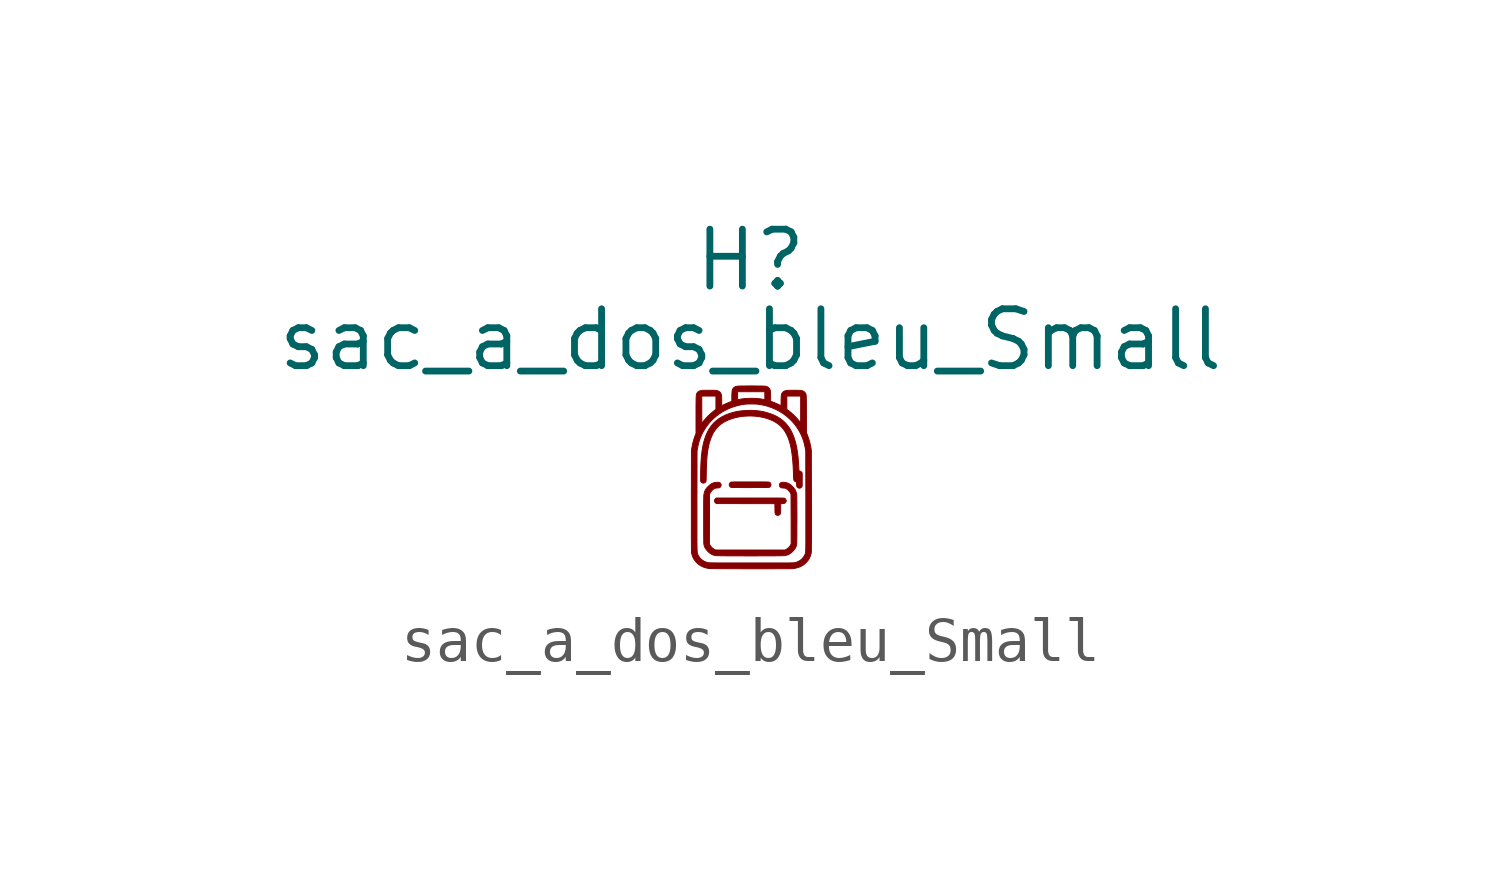
<source format=kicad_sym>
(kicad_symbol_lib
  (version 20241209)
  (generator "kicad_symbol_editor")
  (generator_version "9.0")
  (symbol "sac_a_dos_bleu_Small"
    (property "Reference" "H"
      (at 0 5.08 0)
      (effects (font (size 1.27 1.27))))
    (property "Value" "sac_a_dos_bleu_Small"
      (at 0 3.302 0)
      (effects (font (size 1.27 1.27))))
    (symbol "sac_a_dos_bleu_Small_0_0"
      (polyline (pts (xy 0 0) (xy 0.018 0) (xy 0.084 0.0001) (xy 0.142 0.0002) (xy 0.193 0.0003) (xy 0.237 0.001) (xy 0.276 0.001) (xy 0.308 0.001) (xy 0.335 0.001) (xy 0.357 0.002) (xy 0.375 0.002) (xy 0.39 0.002) (xy 0.401 0.003) (xy 0.409 0.004) (xy 0.415 0.005) (xy 0.42 0.006) (xy 0.423 0.007) (xy 0.425 0.008) (xy 0.427 0.009) (xy 0.439 0.02) (xy 0.452 0.039) (xy 0.457 0.059) (xy 0.455 0.08) (xy 0.445 0.1) (xy 0.427 0.117) (xy 0.426 0.118) (xy 0.424 0.119) (xy 0.421 0.12) (xy 0.418 0.121) (xy 0.413 0.122) (xy 0.406 0.123) (xy 0.397 0.123) (xy 0.384 0.124) (xy 0.368 0.124) (xy 0.349 0.125) (xy 0.325 0.125) (xy 0.296 0.125) (xy 0.261 0.125) (xy 0.221 0.126) (xy 0.174 0.126) (xy 0.121 0.126) (xy 0.06 0.126) (xy -0.009 0.126) (xy -0.042 0.126) (xy -0.107 0.126) (xy -0.165 0.126) (xy -0.215 0.126) (xy -0.259 0.126) (xy -0.296 0.125) (xy -0.328 0.125) (xy -0.355 0.125) (xy -0.377 0.125) (xy -0.395 0.124) (xy -0.409 0.124) (xy -0.419 0.123) (xy -0.428 0.122) (xy -0.434 0.122) (xy -0.438 0.121) (xy -0.441 0.12) (xy -0.443 0.118) (xy -0.445 0.117) (xy -0.45 0.113) (xy -0.466 0.095) (xy -0.474 0.075) (xy -0.475 0.054) (xy -0.468 0.034) (xy -0.454 0.016) (xy -0.442 0.008) (xy -0.429 0.003) (xy -0.427 0.002) (xy -0.416 0.002) (xy -0.399 0.002) (xy -0.374 0.001) (xy -0.343 0.001) (xy -0.306 0.001) (xy -0.265 0.0003) (xy -0.218 0.0001) (xy -0.168 0) (xy -0.115 -0.0001) (xy -0.058 -0.0001) (xy 0 0)) (stroke (width 0.01) (type default)) (fill (type outline)))
      (polyline (pts (xy 0.113 -1.527) (xy 0.182 -1.526) (xy 0.251 -1.526) (xy 0.317 -1.526) (xy 0.38 -1.526) (xy 0.441 -1.526) (xy 0.498 -1.525) (xy 0.551 -1.525) (xy 0.599 -1.524) (xy 0.642 -1.524) (xy 0.679 -1.523) (xy 0.711 -1.523) (xy 0.735 -1.522) (xy 0.753 -1.521) (xy 0.762 -1.52) (xy 0.77 -1.519) (xy 0.81 -1.51) (xy 0.845 -1.498) (xy 0.877 -1.48) (xy 0.909 -1.457) (xy 0.941 -1.427) (xy 0.949 -1.419) (xy 0.977 -1.387) (xy 0.999 -1.356) (xy 1.015 -1.325) (xy 1.026 -1.293) (xy 1.033 -1.257) (xy 1.033 -1.256) (xy 1.033 -1.245) (xy 1.034 -1.226) (xy 1.034 -1.201) (xy 1.035 -1.168) (xy 1.035 -1.129) (xy 1.036 -1.084) (xy 1.036 -1.033) (xy 1.036 -0.977) (xy 1.036 -0.916) (xy 1.036 -0.851) (xy 1.037 -0.783) (xy 1.037 -0.711) (xy 1.037 -0.667) (xy 1.037 -0.593) (xy 1.037 -0.526) (xy 1.036 -0.466) (xy 1.036 -0.414) (xy 1.036 -0.367) (xy 1.036 -0.327) (xy 1.036 -0.292) (xy 1.035 -0.262) (xy 1.035 -0.236) (xy 1.034 -0.215) (xy 1.034 -0.198) (xy 1.033 -0.183) (xy 1.032 -0.172) (xy 1.032 -0.163) (xy 1.031 -0.155) (xy 1.029 -0.147) (xy 1.021 -0.108) (xy 1.008 -0.073) (xy 0.991 -0.04) (xy 0.967 -0.009) (xy 0.937 0.024) (xy 0.923 0.038) (xy 0.892 0.064) (xy 0.862 0.085) (xy 0.831 0.099) (xy 0.799 0.11) (xy 0.763 0.116) (xy 0.738 0.118) (xy 0.709 0.118) (xy 0.686 0.113) (xy 0.67 0.104) (xy 0.663 0.097) (xy 0.65 0.079) (xy 0.645 0.058) (xy 0.648 0.038) (xy 0.658 0.018) (xy 0.675 0.001) (xy 0.676 0.001) (xy 0.683 -0.003) (xy 0.694 -0.006) (xy 0.709 -0.008) (xy 0.731 -0.01) (xy 0.746 -0.011) (xy 0.763 -0.012) (xy 0.776 -0.015) (xy 0.787 -0.019) (xy 0.799 -0.025) (xy 0.81 -0.031) (xy 0.834 -0.05) (xy 0.857 -0.073) (xy 0.877 -0.097) (xy 0.892 -0.121) (xy 0.905 -0.149) (xy 0.907 -0.703) (xy 0.908 -1.258) (xy 0.895 -1.284) (xy 0.889 -1.294) (xy 0.871 -1.32) (xy 0.848 -1.344) (xy 0.822 -1.365) (xy 0.796 -1.381) (xy 0.768 -1.395) (xy -0.005 -1.395) (xy -0.778 -1.395) (xy -0.806 -1.381) (xy -0.817 -1.375) (xy -0.843 -1.357) (xy -0.868 -1.334) (xy -0.889 -1.309) (xy -0.905 -1.284) (xy -0.918 -1.258) (xy -0.916 -0.703) (xy -0.915 -0.149) (xy -0.901 -0.121) (xy -0.895 -0.109) (xy -0.877 -0.085) (xy -0.856 -0.061) (xy -0.832 -0.04) (xy -0.809 -0.025) (xy -0.801 -0.021) (xy -0.79 -0.016) (xy -0.778 -0.013) (xy -0.762 -0.011) (xy -0.741 -0.01) (xy -0.738 -0.009) (xy -0.717 -0.008) (xy -0.702 -0.006) (xy -0.692 -0.003) (xy -0.685 0.001) (xy -0.677 0.008) (xy -0.663 0.026) (xy -0.656 0.046) (xy -0.656 0.067) (xy -0.664 0.086) (xy -0.68 0.104) (xy -0.691 0.111) (xy -0.711 0.117) (xy -0.739 0.118) (xy -0.772 0.116) (xy -0.789 0.114) (xy -0.823 0.106) (xy -0.855 0.093) (xy -0.885 0.076) (xy -0.915 0.053) (xy -0.947 0.024) (xy -0.953 0.018) (xy -0.982 -0.015) (xy -1.004 -0.046) (xy -1.021 -0.079) (xy -1.032 -0.115) (xy -1.04 -0.155) (xy -1.041 -0.159) (xy -1.042 -0.167) (xy -1.043 -0.178) (xy -1.043 -0.191) (xy -1.044 -0.207) (xy -1.044 -0.226) (xy -1.045 -0.25) (xy -1.045 -0.278) (xy -1.046 -0.31) (xy -1.046 -0.348) (xy -1.046 -0.392) (xy -1.046 -0.441) (xy -1.046 -0.498) (xy -1.046 -0.561) (xy -1.046 -0.632) (xy -1.046 -0.711) (xy -1.046 -0.73) (xy -1.046 -0.801) (xy -1.046 -0.869) (xy -1.046 -0.933) (xy -1.046 -0.992) (xy -1.046 -1.047) (xy -1.045 -1.096) (xy -1.045 -1.14) (xy -1.044 -1.177) (xy -1.044 -1.208) (xy -1.044 -1.232) (xy -1.043 -1.248) (xy -1.042 -1.257) (xy -1.041 -1.265) (xy -1.034 -1.3) (xy -1.022 -1.332) (xy -1.004 -1.363) (xy -0.981 -1.394) (xy -0.951 -1.427) (xy -0.919 -1.457) (xy -0.886 -1.481) (xy -0.853 -1.499) (xy -0.816 -1.512) (xy -0.776 -1.52) (xy -0.773 -1.52) (xy -0.76 -1.521) (xy -0.74 -1.522) (xy -0.713 -1.523) (xy -0.679 -1.523) (xy -0.639 -1.524) (xy -0.594 -1.524) (xy -0.543 -1.525) (xy -0.489 -1.525) (xy -0.43 -1.526) (xy -0.369 -1.526) (xy -0.304 -1.526) (xy -0.237 -1.526) (xy -0.168 -1.526) (xy -0.099 -1.527) (xy -0.028 -1.527) (xy 0.043 -1.527) (xy 0.113 -1.527)) (stroke (width 0.01) (type default)) (fill (type outline)))
      (polyline (pts (xy 0.312 -1.814) (xy 0.386 -1.814) (xy 0.457 -1.814) (xy 0.525 -1.814) (xy 0.59 -1.813) (xy 0.652 -1.813) (xy 0.709 -1.813) (xy 0.762 -1.813) (xy 0.81 -1.812) (xy 0.852 -1.812) (xy 0.888 -1.812) (xy 0.918 -1.811) (xy 0.941 -1.811) (xy 0.956 -1.81) (xy 0.964 -1.81) (xy 0.969 -1.808) (xy 1.022 -1.797) (xy 1.068 -1.784) (xy 1.11 -1.768) (xy 1.148 -1.749) (xy 1.185 -1.726) (xy 1.206 -1.71) (xy 1.234 -1.685) (xy 1.261 -1.656) (xy 1.286 -1.626) (xy 1.305 -1.598) (xy 1.31 -1.589) (xy 1.325 -1.558) (xy 1.339 -1.522) (xy 1.351 -1.486) (xy 1.357 -1.454) (xy 1.358 -1.45) (xy 1.358 -1.44) (xy 1.359 -1.422) (xy 1.359 -1.399) (xy 1.359 -1.368) (xy 1.36 -1.33) (xy 1.36 -1.286) (xy 1.36 -1.234) (xy 1.361 -1.175) (xy 1.361 -1.108) (xy 1.361 -1.034) (xy 1.361 -0.953) (xy 1.361 -0.864) (xy 1.361 -0.767) (xy 1.361 -0.662) (xy 1.361 -0.549) (xy 1.361 -0.428) (xy 1.361 -0.299) (xy 1.359 0.826) (xy 1.35 0.884) (xy 1.348 0.899) (xy 1.327 0.998) (xy 1.3 1.092) (xy 1.268 1.181) (xy 1.249 1.226) (xy 1.249 1.605) (xy 1.249 1.663) (xy 1.249 1.729) (xy 1.249 1.788) (xy 1.248 1.839) (xy 1.248 1.885) (xy 1.248 1.924) (xy 1.247 1.958) (xy 1.247 1.986) (xy 1.246 2.011) (xy 1.245 2.031) (xy 1.244 2.048) (xy 1.242 2.061) (xy 1.24 2.072) (xy 1.239 2.082) (xy 1.236 2.089) (xy 1.234 2.095) (xy 1.231 2.101) (xy 1.229 2.105) (xy 1.211 2.13) (xy 1.188 2.149) (xy 1.159 2.162) (xy 1.123 2.169) (xy 1.111 2.17) (xy 1.091 2.171) (xy 1.065 2.172) (xy 1.035 2.173) (xy 1.002 2.173) (xy 0.968 2.173) (xy 0.933 2.173) (xy 0.9 2.173) (xy 0.87 2.172) (xy 0.843 2.171) (xy 0.822 2.171) (xy 0.808 2.169) (xy 0.802 2.168) (xy 0.768 2.16) (xy 0.74 2.146) (xy 0.718 2.127) (xy 0.7 2.101) (xy 0.699 2.097) (xy 0.694 2.085) (xy 0.691 2.068) (xy 0.688 2.048) (xy 0.688 2.044) (xy 0.812 2.044) (xy 0.966 2.044) (xy 1.12 2.044) (xy 1.12 1.746) (xy 1.12 1.706) (xy 1.12 1.659) (xy 1.12 1.615) (xy 1.12 1.575) (xy 1.12 1.539) (xy 1.119 1.508) (xy 1.119 1.483) (xy 1.119 1.464) (xy 1.119 1.453) (xy 1.119 1.448) (xy 1.117 1.45) (xy 1.112 1.456) (xy 1.103 1.467) (xy 1.092 1.481) (xy 1.089 1.485) (xy 1.037 1.547) (xy 0.979 1.607) (xy 0.917 1.664) (xy 0.855 1.715) (xy 0.812 1.746) (xy 0.812 1.895) (xy 0.812 2.044) (xy 0.688 2.044) (xy 0.686 2.022) (xy 0.684 1.99) (xy 0.683 1.952) (xy 0.683 1.906) (xy 0.683 1.828) (xy 0.621 1.858) (xy 0.616 1.861) (xy 0.588 1.873) (xy 0.559 1.886) (xy 0.53 1.898) (xy 0.506 1.907) (xy 0.451 1.927) (xy 0.449 2.036) (xy 0.449 2.04) (xy 0.448 2.076) (xy 0.447 2.106) (xy 0.446 2.129) (xy 0.444 2.147) (xy 0.443 2.161) (xy 0.441 2.172) (xy 0.438 2.181) (xy 0.435 2.19) (xy 0.431 2.198) (xy 0.43 2.2) (xy 0.412 2.225) (xy 0.389 2.244) (xy 0.359 2.257) (xy 0.324 2.265) (xy 0.315 2.266) (xy 0.297 2.267) (xy 0.274 2.267) (xy 0.244 2.268) (xy 0.21 2.268) (xy 0.172 2.268) (xy 0.13 2.269) (xy 0.086 2.269) (xy 0.041 2.269) (xy -0.005 2.269) (xy -0.05 2.269) (xy -0.094 2.269) (xy -0.136 2.268) (xy -0.174 2.268) (xy -0.209 2.268) (xy -0.239 2.267) (xy -0.264 2.267) (xy -0.281 2.266) (xy -0.292 2.265) (xy -0.297 2.264) (xy -0.332 2.256) (xy -0.36 2.242) (xy -0.383 2.222) (xy -0.4 2.197) (xy -0.401 2.193) (xy -0.406 2.181) (xy -0.409 2.164) (xy -0.412 2.144) (xy -0.414 2.118) (xy -0.416 2.087) (xy -0.417 2.048) (xy -0.417 2.024) (xy -0.288 2.024) (xy -0.288 2.051) (xy -0.288 2.14) (xy 0.016 2.14) (xy 0.32 2.14) (xy 0.32 2.051) (xy 0.32 1.962) (xy 0.284 1.97) (xy 0.282 1.97) (xy 0.247 1.977) (xy 0.214 1.982) (xy 0.181 1.986) (xy 0.147 1.989) (xy 0.11 1.991) (xy 0.068 1.992) (xy 0.02 1.992) (xy 0.013 1.992) (xy -0.034 1.992) (xy -0.075 1.99) (xy -0.111 1.988) (xy -0.144 1.986) (xy -0.177 1.981) (xy -0.21 1.976) (xy -0.246 1.969) (xy -0.256 1.967) (xy -0.271 1.964) (xy -0.282 1.962) (xy -0.287 1.961) (xy -0.287 1.962) (xy -0.287 1.968) (xy -0.288 1.982) (xy -0.288 2.001) (xy -0.288 2.024) (xy -0.417 2.024) (xy -0.417 2.002) (xy -0.417 1.925) (xy -0.45 1.913) (xy -0.469 1.906) (xy -0.513 1.889) (xy -0.558 1.869) (xy -0.602 1.848) (xy -0.642 1.828) (xy -0.643 1.906) (xy -0.643 1.923) (xy -0.643 1.966) (xy -0.644 2.002) (xy -0.646 2.031) (xy -0.648 2.055) (xy -0.652 2.074) (xy -0.655 2.089) (xy -0.66 2.101) (xy -0.663 2.105) (xy -0.68 2.13) (xy -0.704 2.149) (xy -0.733 2.162) (xy -0.768 2.169) (xy -0.77 2.17) (xy -0.784 2.171) (xy -0.806 2.172) (xy -0.833 2.172) (xy -0.864 2.173) (xy -0.898 2.173) (xy -0.932 2.173) (xy -0.967 2.173) (xy -1.001 2.173) (xy -1.031 2.172) (xy -1.057 2.171) (xy -1.078 2.171) (xy -1.092 2.169) (xy -1.097 2.168) (xy -1.132 2.16) (xy -1.16 2.146) (xy -1.183 2.127) (xy -1.2 2.101) (xy -1.202 2.095) (xy -1.205 2.089) (xy -1.207 2.082) (xy -1.209 2.073) (xy -1.21 2.062) (xy -1.212 2.048) (xy -1.213 2.032) (xy -1.214 2.012) (xy -1.215 1.988) (xy -1.215 1.96) (xy -1.216 1.926) (xy -1.216 1.888) (xy -1.217 1.843) (xy -1.217 1.792) (xy -1.217 1.734) (xy -1.217 1.69) (xy -1.088 1.69) (xy -1.088 1.739) (xy -1.088 2.044) (xy -0.93 2.044) (xy -0.772 2.044) (xy -0.772 1.895) (xy -0.772 1.746) (xy -0.815 1.715) (xy -0.876 1.665) (xy -0.94 1.606) (xy -1 1.543) (xy -1.054 1.478) (xy -1.063 1.466) (xy -1.073 1.453) (xy -1.081 1.443) (xy -1.085 1.438) (xy -1.085 1.441) (xy -1.086 1.452) (xy -1.086 1.47) (xy -1.087 1.494) (xy -1.087 1.524) (xy -1.088 1.56) (xy -1.088 1.599) (xy -1.088 1.643) (xy -1.088 1.69) (xy -1.217 1.69) (xy -1.217 1.669) (xy -1.217 1.595) (xy -1.217 1.207) (xy -1.234 1.166) (xy -1.24 1.151) (xy -1.268 1.067) (xy -1.292 0.978) (xy -1.31 0.884) (xy -1.319 0.826) (xy -1.321 -0.299) (xy -1.321 -0.382) (xy -1.321 -0.506) (xy -1.321 -0.621) (xy -1.321 -0.729) (xy -1.321 -0.829) (xy -1.321 -0.921) (xy -1.321 -0.955) (xy -1.196 -0.955) (xy -1.196 -0.883) (xy -1.196 -0.804) (xy -1.196 -0.719) (xy -1.196 -0.626) (xy -1.196 -0.526) (xy -1.196 -0.418) (xy -1.196 -0.302) (xy -1.194 0.813) (xy -1.185 0.867) (xy -1.173 0.931) (xy -1.151 1.018) (xy -1.124 1.1) (xy -1.091 1.179) (xy -1.051 1.256) (xy -1.004 1.332) (xy -0.996 1.345) (xy -0.961 1.393) (xy -0.925 1.438) (xy -0.886 1.482) (xy -0.841 1.526) (xy -0.84 1.528) (xy -0.766 1.593) (xy -0.687 1.652) (xy -0.603 1.705) (xy -0.515 1.75) (xy -0.422 1.789) (xy -0.326 1.82) (xy -0.226 1.845) (xy -0.124 1.862) (xy -0.114 1.863) (xy -0.09 1.864) (xy -0.06 1.866) (xy -0.025 1.866) (xy 0.011 1.867) (xy 0.048 1.867) (xy 0.083 1.866) (xy 0.115 1.865) (xy 0.143 1.864) (xy 0.164 1.862) (xy 0.166 1.861) (xy 0.269 1.844) (xy 0.368 1.82) (xy 0.464 1.788) (xy 0.556 1.749) (xy 0.645 1.704) (xy 0.729 1.651) (xy 0.807 1.592) (xy 0.881 1.526) (xy 0.895 1.513) (xy 0.937 1.47) (xy 0.975 1.426) (xy 1.01 1.381) (xy 1.045 1.331) (xy 1.078 1.279) (xy 1.12 1.203) (xy 1.155 1.125) (xy 1.184 1.044) (xy 1.207 0.958) (xy 1.226 0.867) (xy 1.234 0.813) (xy 1.236 -0.302) (xy 1.236 -0.401) (xy 1.236 -0.51) (xy 1.236 -0.611) (xy 1.236 -0.705) (xy 1.236 -0.791) (xy 1.236 -0.871) (xy 1.236 -0.944) (xy 1.236 -1.011) (xy 1.236 -1.072) (xy 1.236 -1.127) (xy 1.236 -1.177) (xy 1.236 -1.222) (xy 1.235 -1.262) (xy 1.235 -1.297) (xy 1.235 -1.329) (xy 1.234 -1.356) (xy 1.233 -1.38) (xy 1.233 -1.401) (xy 1.232 -1.418) (xy 1.231 -1.433) (xy 1.23 -1.446) (xy 1.228 -1.456) (xy 1.227 -1.465) (xy 1.225 -1.472) (xy 1.224 -1.479) (xy 1.222 -1.484) (xy 1.22 -1.488) (xy 1.218 -1.493) (xy 1.216 -1.497) (xy 1.213 -1.502) (xy 1.21 -1.508) (xy 1.207 -1.515) (xy 1.181 -1.557) (xy 1.149 -1.593) (xy 1.111 -1.625) (xy 1.068 -1.65) (xy 1.021 -1.669) (xy 0.97 -1.68) (xy 0.965 -1.681) (xy 0.95 -1.681) (xy 0.928 -1.682) (xy 0.897 -1.682) (xy 0.858 -1.683) (xy 0.81 -1.683) (xy 0.755 -1.683) (xy 0.691 -1.684) (xy 0.619 -1.684) (xy 0.539 -1.684) (xy 0.45 -1.684) (xy 0.354 -1.684) (xy 0.249 -1.684) (xy 0.137 -1.684) (xy 0.016 -1.684) (xy -0.008 -1.684) (xy -0.114 -1.684) (xy -0.211 -1.684) (xy -0.301 -1.684) (xy -0.383 -1.684) (xy -0.459 -1.684) (xy -0.527 -1.684) (xy -0.589 -1.684) (xy -0.645 -1.683) (xy -0.695 -1.683) (xy -0.739 -1.683) (xy -0.778 -1.683) (xy -0.812 -1.682) (xy -0.842 -1.682) (xy -0.867 -1.682) (xy -0.887 -1.681) (xy -0.904 -1.681) (xy -0.918 -1.68) (xy -0.928 -1.68) (xy -0.936 -1.679) (xy -0.94 -1.679) (xy -0.988 -1.666) (xy -1.034 -1.647) (xy -1.077 -1.62) (xy -1.114 -1.588) (xy -1.145 -1.55) (xy -1.17 -1.508) (xy -1.172 -1.503) (xy -1.175 -1.498) (xy -1.177 -1.494) (xy -1.179 -1.489) (xy -1.181 -1.485) (xy -1.183 -1.48) (xy -1.185 -1.474) (xy -1.187 -1.466) (xy -1.188 -1.458) (xy -1.189 -1.448) (xy -1.19 -1.435) (xy -1.191 -1.421) (xy -1.192 -1.404) (xy -1.193 -1.383) (xy -1.194 -1.36) (xy -1.194 -1.333) (xy -1.195 -1.302) (xy -1.195 -1.268) (xy -1.196 -1.228) (xy -1.196 -1.184) (xy -1.196 -1.135) (xy -1.196 -1.081) (xy -1.196 -1.021) (xy -1.196 -0.955) (xy -1.321 -0.955) (xy -1.321 -1.005) (xy -1.321 -1.081) (xy -1.321 -1.151) (xy -1.32 -1.212) (xy -1.32 -1.267) (xy -1.32 -1.314) (xy -1.319 -1.354) (xy -1.319 -1.387) (xy -1.319 -1.414) (xy -1.318 -1.434) (xy -1.318 -1.447) (xy -1.317 -1.454) (xy -1.316 -1.463) (xy -1.307 -1.497) (xy -1.295 -1.533) (xy -1.281 -1.568) (xy -1.265 -1.598) (xy -1.25 -1.62) (xy -1.227 -1.649) (xy -1.2 -1.679) (xy -1.172 -1.705) (xy -1.145 -1.726) (xy -1.108 -1.749) (xy -1.053 -1.776) (xy -0.994 -1.795) (xy -0.931 -1.807) (xy -0.927 -1.808) (xy -0.914 -1.808) (xy -0.893 -1.809) (xy -0.865 -1.809) (xy -0.831 -1.81) (xy -0.79 -1.81) (xy -0.744 -1.811) (xy -0.692 -1.811) (xy -0.636 -1.812) (xy -0.576 -1.812) (xy -0.512 -1.812) (xy -0.444 -1.813) (xy -0.374 -1.813) (xy -0.301 -1.813) (xy -0.226 -1.813) (xy -0.15 -1.814) (xy -0.072 -1.814) (xy 0.005 -1.814) (xy 0.083 -1.814) (xy 0.16 -1.814) (xy 0.237 -1.814) (xy 0.312 -1.814)) (stroke (width 0.01) (type default)) (fill (type outline)))
      (polyline (pts (xy 0.627 -0.619) (xy 0.647 -0.609) (xy 0.663 -0.592) (xy 0.664 -0.59) (xy 0.667 -0.586) (xy 0.669 -0.581) (xy 0.67 -0.574) (xy 0.671 -0.564) (xy 0.672 -0.549) (xy 0.673 -0.529) (xy 0.673 -0.504) (xy 0.673 -0.47) (xy 0.675 -0.361) (xy 0.713 -0.359) (xy 0.735 -0.357) (xy 0.755 -0.353) (xy 0.77 -0.347) (xy 0.781 -0.336) (xy 0.79 -0.321) (xy 0.792 -0.317) (xy 0.798 -0.301) (xy 0.798 -0.288) (xy 0.792 -0.271) (xy 0.78 -0.253) (xy 0.765 -0.24) (xy 0.765 -0.24) (xy 0.763 -0.239) (xy 0.76 -0.238) (xy 0.756 -0.237) (xy 0.751 -0.237) (xy 0.744 -0.236) (xy 0.734 -0.236) (xy 0.722 -0.235) (xy 0.708 -0.235) (xy 0.69 -0.234) (xy 0.668 -0.234) (xy 0.642 -0.234) (xy 0.613 -0.234) (xy 0.578 -0.233) (xy 0.538 -0.233) (xy 0.493 -0.233) (xy 0.442 -0.233) (xy 0.385 -0.233) (xy 0.321 -0.233) (xy 0.251 -0.233) (xy 0.173 -0.233) (xy 0.088 -0.233) (xy -0.006 -0.233) (xy -0.763 -0.233) (xy -0.774 -0.241) (xy -0.786 -0.252) (xy -0.799 -0.271) (xy -0.805 -0.291) (xy -0.802 -0.312) (xy -0.792 -0.332) (xy -0.774 -0.349) (xy -0.763 -0.358) (xy -0.109 -0.359) (xy 0.544 -0.36) (xy 0.546 -0.47) (xy 0.546 -0.486) (xy 0.546 -0.518) (xy 0.547 -0.542) (xy 0.548 -0.562) (xy 0.55 -0.576) (xy 0.553 -0.587) (xy 0.557 -0.595) (xy 0.562 -0.601) (xy 0.57 -0.607) (xy 0.578 -0.613) (xy 0.589 -0.619) (xy 0.61 -0.622) (xy 0.627 -0.619)) (stroke (width 0.01) (type default)) (fill (type outline)))
      (polyline (pts (xy 1.111 -0.011) (xy 1.13 -0.001) (xy 1.147 0.017) (xy 1.147 0.017) (xy 1.149 0.02) (xy 1.151 0.024) (xy 1.152 0.029) (xy 1.153 0.037) (xy 1.154 0.047) (xy 1.155 0.062) (xy 1.155 0.082) (xy 1.155 0.107) (xy 1.155 0.139) (xy 1.155 0.178) (xy 1.155 0.18) (xy 1.155 0.219) (xy 1.155 0.25) (xy 1.155 0.275) (xy 1.155 0.294) (xy 1.154 0.309) (xy 1.153 0.319) (xy 1.152 0.327) (xy 1.151 0.332) (xy 1.149 0.336) (xy 1.147 0.339) (xy 1.144 0.342) (xy 1.129 0.356) (xy 1.113 0.366) (xy 1.097 0.369) (xy 1.089 0.37) (xy 1.084 0.372) (xy 1.083 0.379) (xy 1.083 0.381) (xy 1.082 0.395) (xy 1.081 0.414) (xy 1.08 0.439) (xy 1.078 0.468) (xy 1.076 0.498) (xy 1.074 0.53) (xy 1.072 0.561) (xy 1.07 0.59) (xy 1.068 0.615) (xy 1.063 0.671) (xy 1.052 0.768) (xy 1.038 0.858) (xy 1.022 0.942) (xy 1.003 1.019) (xy 0.981 1.091) (xy 0.957 1.159) (xy 0.929 1.222) (xy 0.925 1.228) (xy 0.908 1.264) (xy 0.891 1.294) (xy 0.875 1.321) (xy 0.857 1.348) (xy 0.835 1.377) (xy 0.83 1.385) (xy 0.78 1.443) (xy 0.724 1.495) (xy 0.661 1.542) (xy 0.592 1.585) (xy 0.516 1.622) (xy 0.435 1.653) (xy 0.347 1.68) (xy 0.344 1.681) (xy 0.281 1.696) (xy 0.22 1.707) (xy 0.158 1.715) (xy 0.094 1.72) (xy 0.026 1.723) (xy -0.049 1.722) (xy -0.11 1.72) (xy -0.176 1.716) (xy -0.237 1.709) (xy -0.296 1.7) (xy -0.354 1.687) (xy -0.414 1.671) (xy -0.473 1.653) (xy -0.555 1.621) (xy -0.63 1.585) (xy -0.699 1.543) (xy -0.762 1.496) (xy -0.82 1.443) (xy -0.871 1.384) (xy -0.917 1.319) (xy -0.958 1.248) (xy -0.993 1.171) (xy -1.023 1.087) (xy -1.049 0.997) (xy -1.053 0.979) (xy -1.065 0.919) (xy -1.077 0.856) (xy -1.086 0.789) (xy -1.094 0.718) (xy -1.101 0.641) (xy -1.106 0.558) (xy -1.11 0.469) (xy -1.113 0.372) (xy -1.114 0.268) (xy -1.114 0.259) (xy -1.114 0.225) (xy -1.114 0.198) (xy -1.114 0.177) (xy -1.114 0.161) (xy -1.113 0.15) (xy -1.112 0.142) (xy -1.111 0.137) (xy -1.109 0.132) (xy -1.107 0.129) (xy -1.096 0.117) (xy -1.077 0.104) (xy -1.056 0.099) (xy -1.036 0.101) (xy -1.016 0.111) (xy -0.999 0.129) (xy -0.997 0.131) (xy -0.996 0.135) (xy -0.994 0.14) (xy -0.993 0.146) (xy -0.992 0.156) (xy -0.991 0.169) (xy -0.99 0.186) (xy -0.99 0.208) (xy -0.989 0.237) (xy -0.988 0.272) (xy -0.988 0.315) (xy -0.987 0.345) (xy -0.985 0.431) (xy -0.982 0.511) (xy -0.979 0.583) (xy -0.974 0.65) (xy -0.969 0.712) (xy -0.963 0.769) (xy -0.955 0.823) (xy -0.946 0.875) (xy -0.936 0.924) (xy -0.925 0.972) (xy -0.924 0.976) (xy -0.9 1.059) (xy -0.872 1.134) (xy -0.84 1.203) (xy -0.802 1.265) (xy -0.76 1.321) (xy -0.714 1.37) (xy -0.692 1.391) (xy -0.652 1.422) (xy -0.61 1.45) (xy -0.563 1.477) (xy -0.559 1.479) (xy -0.486 1.513) (xy -0.409 1.541) (xy -0.327 1.564) (xy -0.238 1.581) (xy -0.177 1.59) (xy -0.085 1.597) (xy 0.008 1.599) (xy 0.1 1.594) (xy 0.191 1.583) (xy 0.279 1.567) (xy 0.362 1.545) (xy 0.441 1.517) (xy 0.506 1.488) (xy 0.57 1.452) (xy 0.628 1.411) (xy 0.681 1.364) (xy 0.728 1.311) (xy 0.769 1.253) (xy 0.806 1.187) (xy 0.839 1.115) (xy 0.851 1.083) (xy 0.87 1.026) (xy 0.887 0.966) (xy 0.902 0.901) (xy 0.915 0.832) (xy 0.926 0.756) (xy 0.936 0.675) (xy 0.944 0.588) (xy 0.951 0.493) (xy 0.956 0.391) (xy 0.96 0.282) (xy 0.96 0.27) (xy 0.961 0.243) (xy 0.963 0.218) (xy 0.964 0.197) (xy 0.965 0.181) (xy 0.967 0.172) (xy 0.975 0.153) (xy 0.991 0.138) (xy 1.01 0.128) (xy 1.027 0.122) (xy 1.029 0.075) (xy 1.03 0.06) (xy 1.032 0.04) (xy 1.035 0.025) (xy 1.041 0.014) (xy 1.049 0.005) (xy 1.062 -0.005) (xy 1.072 -0.01) (xy 1.093 -0.014) (xy 1.111 -0.011)) (stroke (width 0.01) (type default)) (fill (type outline))))))
</source>
